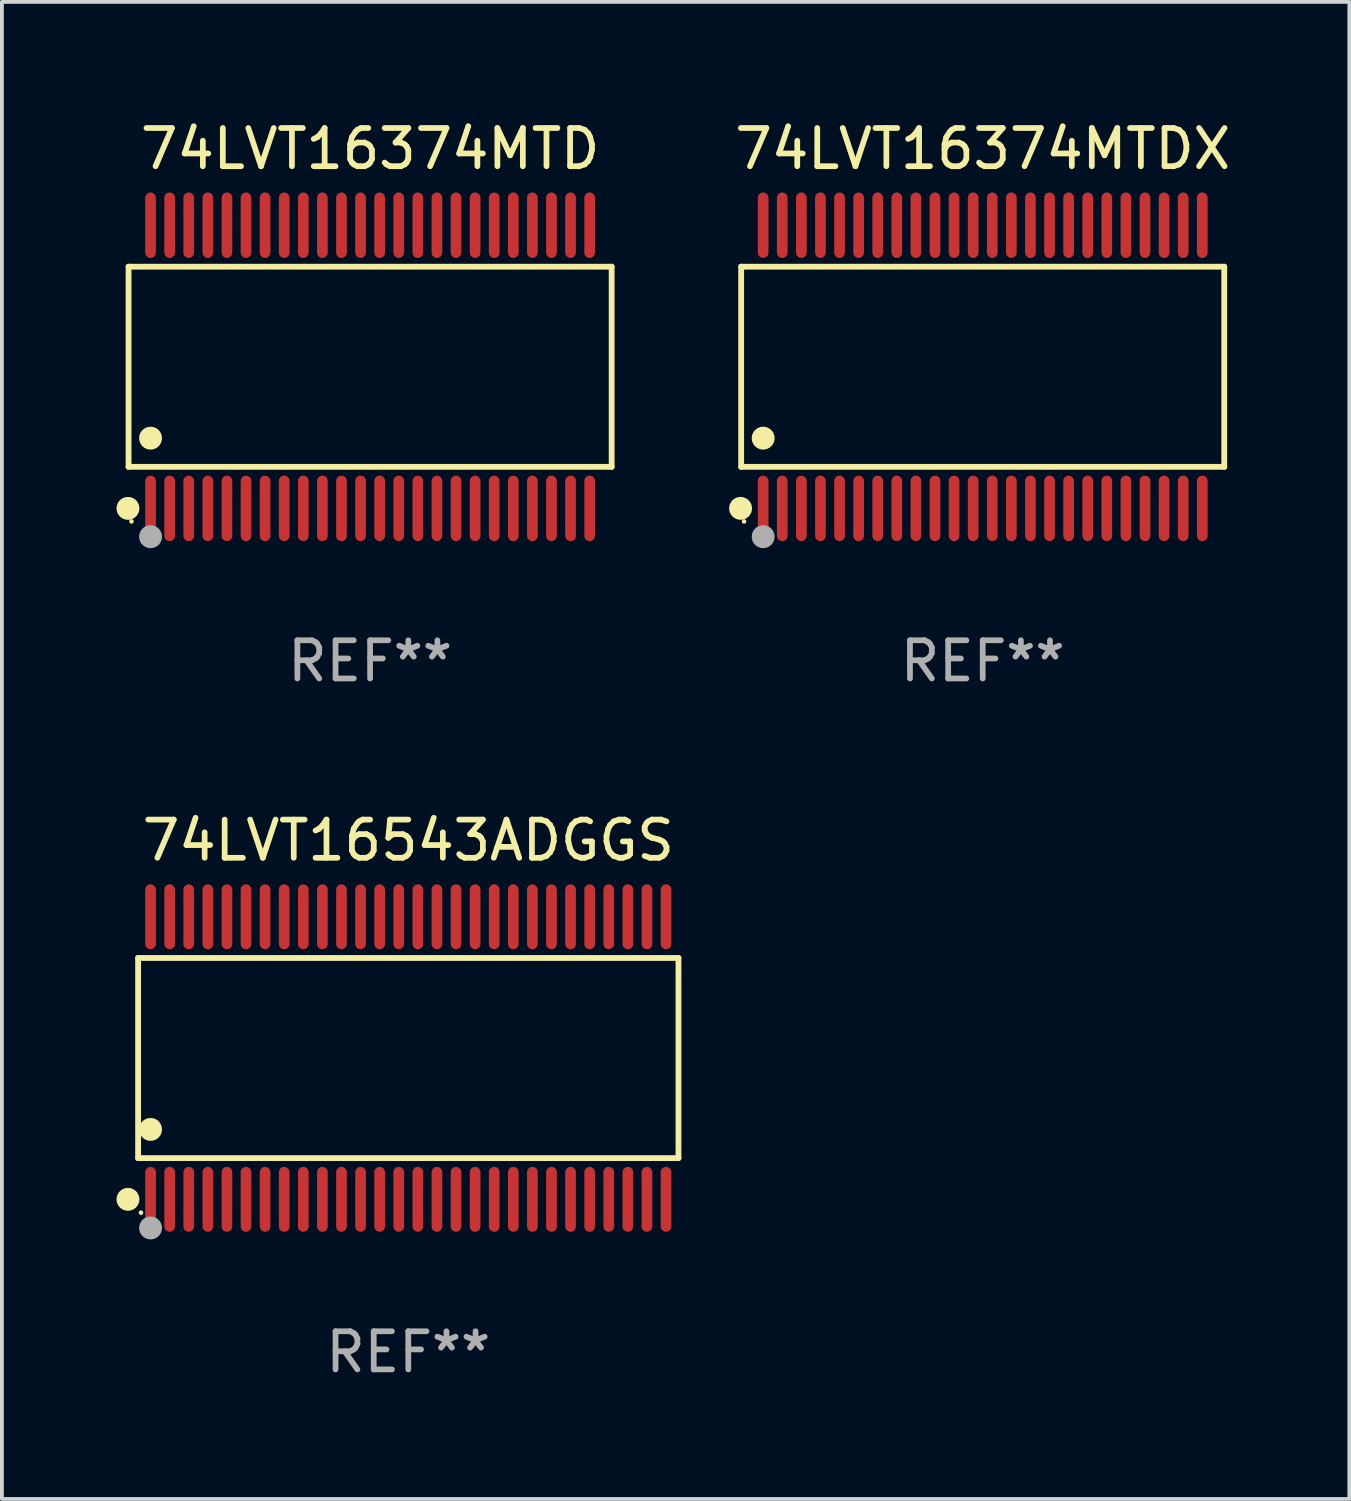
<source format=kicad_pcb>
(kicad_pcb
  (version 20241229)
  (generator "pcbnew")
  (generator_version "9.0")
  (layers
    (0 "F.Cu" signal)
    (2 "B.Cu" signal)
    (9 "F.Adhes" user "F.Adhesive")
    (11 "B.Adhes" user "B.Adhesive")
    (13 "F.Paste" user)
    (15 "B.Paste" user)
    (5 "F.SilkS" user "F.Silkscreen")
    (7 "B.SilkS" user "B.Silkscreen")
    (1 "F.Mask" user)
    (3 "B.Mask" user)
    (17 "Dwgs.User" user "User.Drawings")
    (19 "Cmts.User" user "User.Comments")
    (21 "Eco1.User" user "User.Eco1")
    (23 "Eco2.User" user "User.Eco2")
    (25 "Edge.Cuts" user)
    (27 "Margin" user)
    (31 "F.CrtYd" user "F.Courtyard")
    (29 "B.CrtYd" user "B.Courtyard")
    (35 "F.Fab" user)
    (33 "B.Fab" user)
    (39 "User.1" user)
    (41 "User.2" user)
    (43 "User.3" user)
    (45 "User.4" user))
  (footprint "74LVT16374MTDX"
    (layer "F.Cu")
    (at 22.687 6.556)
    (property "Reference" "74LVT16374MTDX" (at 0 -5.708 0) (layer "F.SilkS") (effects (font (size 1 1) (thickness 0.15))))
    (attr through_hole)
    (fp_line (start -6.326 -2.622) (end 6.326 -2.622) (stroke (width 0.152) (type solid)) (layer "F.SilkS"))
    (fp_line (start -6.326 2.621) (end -6.326 -2.622) (stroke (width 0.152) (type solid)) (layer "F.SilkS"))
    (fp_line (start 6.326 -2.622) (end 6.326 2.621) (stroke (width 0.152) (type solid)) (layer "F.SilkS"))
    (fp_line (start 6.326 2.621) (end -6.326 2.621) (stroke (width 0.152) (type solid)) (layer "F.SilkS"))
    (fp_circle (center -6.342 3.708) (end -6.192 3.708) (stroke (width 0.3) (type solid)) (fill no) (layer "F.SilkS"))
    (fp_circle (center -6.25 4.05) (end -6.22 4.05) (stroke (width 0.06) (type solid)) (fill no) (layer "F.SilkS"))
    (fp_circle (center -5.75 1.869) (end -5.6 1.869) (stroke (width 0.3) (type solid)) (fill no) (layer "F.SilkS"))
    (fp_circle (center -5.75 4.45) (end -5.6 4.45) (stroke (width 0.3) (type solid)) (fill no) (layer "F.Fab"))
    (fp_text user "REF**" (at 0 7.708 0) (layer "F.Fab") (effects (font (size 1 1) (thickness 0.15))))
    (pad "1" smd oval (at -5.75 3.708) (size 0.28 1.715) (layers "F.Cu" "F.Mask" "F.Paste"))
    (pad "2" smd oval (at -5.25 3.708) (size 0.28 1.715) (layers "F.Cu" "F.Mask" "F.Paste"))
    (pad "3" smd oval (at -4.75 3.708) (size 0.28 1.715) (layers "F.Cu" "F.Mask" "F.Paste"))
    (pad "4" smd oval (at -4.25 3.708) (size 0.28 1.715) (layers "F.Cu" "F.Mask" "F.Paste"))
    (pad "5" smd oval (at -3.75 3.708) (size 0.28 1.715) (layers "F.Cu" "F.Mask" "F.Paste"))
    (pad "6" smd oval (at -3.25 3.708) (size 0.28 1.715) (layers "F.Cu" "F.Mask" "F.Paste"))
    (pad "7" smd oval (at -2.75 3.708) (size 0.28 1.715) (layers "F.Cu" "F.Mask" "F.Paste"))
    (pad "8" smd oval (at -2.25 3.708) (size 0.28 1.715) (layers "F.Cu" "F.Mask" "F.Paste"))
    (pad "9" smd oval (at -1.75 3.708) (size 0.28 1.715) (layers "F.Cu" "F.Mask" "F.Paste"))
    (pad "10" smd oval (at -1.25 3.708) (size 0.28 1.715) (layers "F.Cu" "F.Mask" "F.Paste"))
    (pad "11" smd oval (at -0.75 3.708) (size 0.28 1.715) (layers "F.Cu" "F.Mask" "F.Paste"))
    (pad "12" smd oval (at -0.25 3.708) (size 0.28 1.715) (layers "F.Cu" "F.Mask" "F.Paste"))
    (pad "13" smd oval (at 0.25 3.708) (size 0.28 1.715) (layers "F.Cu" "F.Mask" "F.Paste"))
    (pad "14" smd oval (at 0.75 3.708) (size 0.28 1.715) (layers "F.Cu" "F.Mask" "F.Paste"))
    (pad "15" smd oval (at 1.25 3.708) (size 0.28 1.715) (layers "F.Cu" "F.Mask" "F.Paste"))
    (pad "16" smd oval (at 1.75 3.708) (size 0.28 1.715) (layers "F.Cu" "F.Mask" "F.Paste"))
    (pad "17" smd oval (at 2.25 3.708) (size 0.28 1.715) (layers "F.Cu" "F.Mask" "F.Paste"))
    (pad "18" smd oval (at 2.75 3.708) (size 0.28 1.715) (layers "F.Cu" "F.Mask" "F.Paste"))
    (pad "19" smd oval (at 3.25 3.708) (size 0.28 1.715) (layers "F.Cu" "F.Mask" "F.Paste"))
    (pad "20" smd oval (at 3.75 3.708) (size 0.28 1.715) (layers "F.Cu" "F.Mask" "F.Paste"))
    (pad "21" smd oval (at 4.25 3.708) (size 0.28 1.715) (layers "F.Cu" "F.Mask" "F.Paste"))
    (pad "22" smd oval (at 4.75 3.708) (size 0.28 1.715) (layers "F.Cu" "F.Mask" "F.Paste"))
    (pad "23" smd oval (at 5.25 3.708) (size 0.28 1.715) (layers "F.Cu" "F.Mask" "F.Paste"))
    (pad "24" smd oval (at 5.75 3.708) (size 0.28 1.715) (layers "F.Cu" "F.Mask" "F.Paste"))
    (pad "25" smd oval (at 5.75 -3.708) (size 0.28 1.715) (layers "F.Cu" "F.Mask" "F.Paste"))
    (pad "26" smd oval (at 5.25 -3.708) (size 0.28 1.715) (layers "F.Cu" "F.Mask" "F.Paste"))
    (pad "27" smd oval (at 4.75 -3.708) (size 0.28 1.715) (layers "F.Cu" "F.Mask" "F.Paste"))
    (pad "28" smd oval (at 4.25 -3.708) (size 0.28 1.715) (layers "F.Cu" "F.Mask" "F.Paste"))
    (pad "29" smd oval (at 3.75 -3.708) (size 0.28 1.715) (layers "F.Cu" "F.Mask" "F.Paste"))
    (pad "30" smd oval (at 3.25 -3.708) (size 0.28 1.715) (layers "F.Cu" "F.Mask" "F.Paste"))
    (pad "31" smd oval (at 2.75 -3.708) (size 0.28 1.715) (layers "F.Cu" "F.Mask" "F.Paste"))
    (pad "32" smd oval (at 2.25 -3.708) (size 0.28 1.715) (layers "F.Cu" "F.Mask" "F.Paste"))
    (pad "33" smd oval (at 1.75 -3.708) (size 0.28 1.715) (layers "F.Cu" "F.Mask" "F.Paste"))
    (pad "34" smd oval (at 1.25 -3.708) (size 0.28 1.715) (layers "F.Cu" "F.Mask" "F.Paste"))
    (pad "35" smd oval (at 0.75 -3.708) (size 0.28 1.715) (layers "F.Cu" "F.Mask" "F.Paste"))
    (pad "36" smd oval (at 0.25 -3.708) (size 0.28 1.715) (layers "F.Cu" "F.Mask" "F.Paste"))
    (pad "37" smd oval (at -0.25 -3.708) (size 0.28 1.715) (layers "F.Cu" "F.Mask" "F.Paste"))
    (pad "38" smd oval (at -0.75 -3.708) (size 0.28 1.715) (layers "F.Cu" "F.Mask" "F.Paste"))
    (pad "39" smd oval (at -1.25 -3.708) (size 0.28 1.715) (layers "F.Cu" "F.Mask" "F.Paste"))
    (pad "40" smd oval (at -1.75 -3.708) (size 0.28 1.715) (layers "F.Cu" "F.Mask" "F.Paste"))
    (pad "41" smd oval (at -2.25 -3.708) (size 0.28 1.715) (layers "F.Cu" "F.Mask" "F.Paste"))
    (pad "42" smd oval (at -2.75 -3.708) (size 0.28 1.715) (layers "F.Cu" "F.Mask" "F.Paste"))
    (pad "43" smd oval (at -3.25 -3.708) (size 0.28 1.715) (layers "F.Cu" "F.Mask" "F.Paste"))
    (pad "44" smd oval (at -3.75 -3.708) (size 0.28 1.715) (layers "F.Cu" "F.Mask" "F.Paste"))
    (pad "45" smd oval (at -4.25 -3.708) (size 0.28 1.715) (layers "F.Cu" "F.Mask" "F.Paste"))
    (pad "46" smd oval (at -4.75 -3.708) (size 0.28 1.715) (layers "F.Cu" "F.Mask" "F.Paste"))
    (pad "47" smd oval (at -5.25 -3.708) (size 0.28 1.715) (layers "F.Cu" "F.Mask" "F.Paste"))
    (pad "48" smd oval (at -5.75 -3.708) (size 0.28 1.715) (layers "F.Cu" "F.Mask" "F.Paste")))
  (footprint "74LVT16374MTD"
    (layer "F.Cu")
    (at 6.643 6.556)
    (property "Reference" "74LVT16374MTD" (at 0 -5.708 0) (layer "F.SilkS") (effects (font (size 1 1) (thickness 0.15))))
    (attr through_hole)
    (fp_line (start -6.326 -2.622) (end 6.326 -2.622) (stroke (width 0.152) (type solid)) (layer "F.SilkS"))
    (fp_line (start -6.326 2.621) (end -6.326 -2.622) (stroke (width 0.152) (type solid)) (layer "F.SilkS"))
    (fp_line (start 6.326 -2.622) (end 6.326 2.621) (stroke (width 0.152) (type solid)) (layer "F.SilkS"))
    (fp_line (start 6.326 2.621) (end -6.326 2.621) (stroke (width 0.152) (type solid)) (layer "F.SilkS"))
    (fp_circle (center -6.342 3.708) (end -6.192 3.708) (stroke (width 0.3) (type solid)) (fill no) (layer "F.SilkS"))
    (fp_circle (center -6.25 4.05) (end -6.22 4.05) (stroke (width 0.06) (type solid)) (fill no) (layer "F.SilkS"))
    (fp_circle (center -5.75 1.869) (end -5.6 1.869) (stroke (width 0.3) (type solid)) (fill no) (layer "F.SilkS"))
    (fp_circle (center -5.75 4.45) (end -5.6 4.45) (stroke (width 0.3) (type solid)) (fill no) (layer "F.Fab"))
    (fp_text user "REF**" (at 0 7.708 0) (layer "F.Fab") (effects (font (size 1 1) (thickness 0.15))))
    (pad "1" smd oval (at -5.75 3.708) (size 0.28 1.715) (layers "F.Cu" "F.Mask" "F.Paste"))
    (pad "2" smd oval (at -5.25 3.708) (size 0.28 1.715) (layers "F.Cu" "F.Mask" "F.Paste"))
    (pad "3" smd oval (at -4.75 3.708) (size 0.28 1.715) (layers "F.Cu" "F.Mask" "F.Paste"))
    (pad "4" smd oval (at -4.25 3.708) (size 0.28 1.715) (layers "F.Cu" "F.Mask" "F.Paste"))
    (pad "5" smd oval (at -3.75 3.708) (size 0.28 1.715) (layers "F.Cu" "F.Mask" "F.Paste"))
    (pad "6" smd oval (at -3.25 3.708) (size 0.28 1.715) (layers "F.Cu" "F.Mask" "F.Paste"))
    (pad "7" smd oval (at -2.75 3.708) (size 0.28 1.715) (layers "F.Cu" "F.Mask" "F.Paste"))
    (pad "8" smd oval (at -2.25 3.708) (size 0.28 1.715) (layers "F.Cu" "F.Mask" "F.Paste"))
    (pad "9" smd oval (at -1.75 3.708) (size 0.28 1.715) (layers "F.Cu" "F.Mask" "F.Paste"))
    (pad "10" smd oval (at -1.25 3.708) (size 0.28 1.715) (layers "F.Cu" "F.Mask" "F.Paste"))
    (pad "11" smd oval (at -0.75 3.708) (size 0.28 1.715) (layers "F.Cu" "F.Mask" "F.Paste"))
    (pad "12" smd oval (at -0.25 3.708) (size 0.28 1.715) (layers "F.Cu" "F.Mask" "F.Paste"))
    (pad "13" smd oval (at 0.25 3.708) (size 0.28 1.715) (layers "F.Cu" "F.Mask" "F.Paste"))
    (pad "14" smd oval (at 0.75 3.708) (size 0.28 1.715) (layers "F.Cu" "F.Mask" "F.Paste"))
    (pad "15" smd oval (at 1.25 3.708) (size 0.28 1.715) (layers "F.Cu" "F.Mask" "F.Paste"))
    (pad "16" smd oval (at 1.75 3.708) (size 0.28 1.715) (layers "F.Cu" "F.Mask" "F.Paste"))
    (pad "17" smd oval (at 2.25 3.708) (size 0.28 1.715) (layers "F.Cu" "F.Mask" "F.Paste"))
    (pad "18" smd oval (at 2.75 3.708) (size 0.28 1.715) (layers "F.Cu" "F.Mask" "F.Paste"))
    (pad "19" smd oval (at 3.25 3.708) (size 0.28 1.715) (layers "F.Cu" "F.Mask" "F.Paste"))
    (pad "20" smd oval (at 3.75 3.708) (size 0.28 1.715) (layers "F.Cu" "F.Mask" "F.Paste"))
    (pad "21" smd oval (at 4.25 3.708) (size 0.28 1.715) (layers "F.Cu" "F.Mask" "F.Paste"))
    (pad "22" smd oval (at 4.75 3.708) (size 0.28 1.715) (layers "F.Cu" "F.Mask" "F.Paste"))
    (pad "23" smd oval (at 5.25 3.708) (size 0.28 1.715) (layers "F.Cu" "F.Mask" "F.Paste"))
    (pad "24" smd oval (at 5.75 3.708) (size 0.28 1.715) (layers "F.Cu" "F.Mask" "F.Paste"))
    (pad "25" smd oval (at 5.75 -3.708) (size 0.28 1.715) (layers "F.Cu" "F.Mask" "F.Paste"))
    (pad "26" smd oval (at 5.25 -3.708) (size 0.28 1.715) (layers "F.Cu" "F.Mask" "F.Paste"))
    (pad "27" smd oval (at 4.75 -3.708) (size 0.28 1.715) (layers "F.Cu" "F.Mask" "F.Paste"))
    (pad "28" smd oval (at 4.25 -3.708) (size 0.28 1.715) (layers "F.Cu" "F.Mask" "F.Paste"))
    (pad "29" smd oval (at 3.75 -3.708) (size 0.28 1.715) (layers "F.Cu" "F.Mask" "F.Paste"))
    (pad "30" smd oval (at 3.25 -3.708) (size 0.28 1.715) (layers "F.Cu" "F.Mask" "F.Paste"))
    (pad "31" smd oval (at 2.75 -3.708) (size 0.28 1.715) (layers "F.Cu" "F.Mask" "F.Paste"))
    (pad "32" smd oval (at 2.25 -3.708) (size 0.28 1.715) (layers "F.Cu" "F.Mask" "F.Paste"))
    (pad "33" smd oval (at 1.75 -3.708) (size 0.28 1.715) (layers "F.Cu" "F.Mask" "F.Paste"))
    (pad "34" smd oval (at 1.25 -3.708) (size 0.28 1.715) (layers "F.Cu" "F.Mask" "F.Paste"))
    (pad "35" smd oval (at 0.75 -3.708) (size 0.28 1.715) (layers "F.Cu" "F.Mask" "F.Paste"))
    (pad "36" smd oval (at 0.25 -3.708) (size 0.28 1.715) (layers "F.Cu" "F.Mask" "F.Paste"))
    (pad "37" smd oval (at -0.25 -3.708) (size 0.28 1.715) (layers "F.Cu" "F.Mask" "F.Paste"))
    (pad "38" smd oval (at -0.75 -3.708) (size 0.28 1.715) (layers "F.Cu" "F.Mask" "F.Paste"))
    (pad "39" smd oval (at -1.25 -3.708) (size 0.28 1.715) (layers "F.Cu" "F.Mask" "F.Paste"))
    (pad "40" smd oval (at -1.75 -3.708) (size 0.28 1.715) (layers "F.Cu" "F.Mask" "F.Paste"))
    (pad "41" smd oval (at -2.25 -3.708) (size 0.28 1.715) (layers "F.Cu" "F.Mask" "F.Paste"))
    (pad "42" smd oval (at -2.75 -3.708) (size 0.28 1.715) (layers "F.Cu" "F.Mask" "F.Paste"))
    (pad "43" smd oval (at -3.25 -3.708) (size 0.28 1.715) (layers "F.Cu" "F.Mask" "F.Paste"))
    (pad "44" smd oval (at -3.75 -3.708) (size 0.28 1.715) (layers "F.Cu" "F.Mask" "F.Paste"))
    (pad "45" smd oval (at -4.25 -3.708) (size 0.28 1.715) (layers "F.Cu" "F.Mask" "F.Paste"))
    (pad "46" smd oval (at -4.75 -3.708) (size 0.28 1.715) (layers "F.Cu" "F.Mask" "F.Paste"))
    (pad "47" smd oval (at -5.25 -3.708) (size 0.28 1.715) (layers "F.Cu" "F.Mask" "F.Paste"))
    (pad "48" smd oval (at -5.75 -3.708) (size 0.28 1.715) (layers "F.Cu" "F.Mask" "F.Paste")))
  (footprint "74LVT16543ADGGS"
    (layer "F.Cu")
    (at 7.643 24.66)
    (property "Reference" "74LVT16543ADGGS" (at 0 -5.7 0) (layer "F.SilkS") (effects (font (size 1 1) (thickness 0.15))))
    (attr through_hole)
    (fp_line (start -7.076 -2.621) (end 7.076 -2.621) (stroke (width 0.152) (type solid)) (layer "F.SilkS"))
    (fp_line (start -7.076 2.621) (end -7.076 -2.621) (stroke (width 0.152) (type solid)) (layer "F.SilkS"))
    (fp_line (start 7.076 -2.621) (end 7.076 2.621) (stroke (width 0.152) (type solid)) (layer "F.SilkS"))
    (fp_line (start 7.076 2.621) (end -7.076 2.621) (stroke (width 0.152) (type solid)) (layer "F.SilkS"))
    (fp_circle (center -7.342 3.7) (end -7.192 3.7) (stroke (width 0.3) (type solid)) (fill no) (layer "F.SilkS"))
    (fp_circle (center -7 4.05) (end -6.97 4.05) (stroke (width 0.06) (type solid)) (fill no) (layer "F.SilkS"))
    (fp_circle (center -6.75 1.869) (end -6.6 1.869) (stroke (width 0.3) (type solid)) (fill no) (layer "F.SilkS"))
    (fp_circle (center -6.75 4.45) (end -6.6 4.45) (stroke (width 0.3) (type solid)) (fill no) (layer "F.Fab"))
    (fp_text user "REF**" (at 0 7.7 0) (layer "F.Fab") (effects (font (size 1 1) (thickness 0.15))))
    (pad "1" smd oval (at -6.75 3.7) (size 0.28 1.7) (layers "F.Cu" "F.Mask" "F.Paste"))
    (pad "2" smd oval (at -6.25 3.7) (size 0.28 1.7) (layers "F.Cu" "F.Mask" "F.Paste"))
    (pad "3" smd oval (at -5.75 3.7) (size 0.28 1.7) (layers "F.Cu" "F.Mask" "F.Paste"))
    (pad "4" smd oval (at -5.25 3.7) (size 0.28 1.7) (layers "F.Cu" "F.Mask" "F.Paste"))
    (pad "5" smd oval (at -4.75 3.7) (size 0.28 1.7) (layers "F.Cu" "F.Mask" "F.Paste"))
    (pad "6" smd oval (at -4.25 3.7) (size 0.28 1.7) (layers "F.Cu" "F.Mask" "F.Paste"))
    (pad "7" smd oval (at -3.75 3.7) (size 0.28 1.7) (layers "F.Cu" "F.Mask" "F.Paste"))
    (pad "8" smd oval (at -3.25 3.7) (size 0.28 1.7) (layers "F.Cu" "F.Mask" "F.Paste"))
    (pad "9" smd oval (at -2.75 3.7) (size 0.28 1.7) (layers "F.Cu" "F.Mask" "F.Paste"))
    (pad "10" smd oval (at -2.25 3.7) (size 0.28 1.7) (layers "F.Cu" "F.Mask" "F.Paste"))
    (pad "11" smd oval (at -1.75 3.7) (size 0.28 1.7) (layers "F.Cu" "F.Mask" "F.Paste"))
    (pad "12" smd oval (at -1.25 3.7) (size 0.28 1.7) (layers "F.Cu" "F.Mask" "F.Paste"))
    (pad "13" smd oval (at -0.75 3.7) (size 0.28 1.7) (layers "F.Cu" "F.Mask" "F.Paste"))
    (pad "14" smd oval (at -0.25 3.7) (size 0.28 1.7) (layers "F.Cu" "F.Mask" "F.Paste"))
    (pad "15" smd oval (at 0.25 3.7) (size 0.28 1.7) (layers "F.Cu" "F.Mask" "F.Paste"))
    (pad "16" smd oval (at 0.75 3.7) (size 0.28 1.7) (layers "F.Cu" "F.Mask" "F.Paste"))
    (pad "17" smd oval (at 1.25 3.7) (size 0.28 1.7) (layers "F.Cu" "F.Mask" "F.Paste"))
    (pad "18" smd oval (at 1.75 3.7) (size 0.28 1.7) (layers "F.Cu" "F.Mask" "F.Paste"))
    (pad "19" smd oval (at 2.25 3.7) (size 0.28 1.7) (layers "F.Cu" "F.Mask" "F.Paste"))
    (pad "20" smd oval (at 2.75 3.7) (size 0.28 1.7) (layers "F.Cu" "F.Mask" "F.Paste"))
    (pad "21" smd oval (at 3.25 3.7) (size 0.28 1.7) (layers "F.Cu" "F.Mask" "F.Paste"))
    (pad "22" smd oval (at 3.75 3.7) (size 0.28 1.7) (layers "F.Cu" "F.Mask" "F.Paste"))
    (pad "23" smd oval (at 4.25 3.7) (size 0.28 1.7) (layers "F.Cu" "F.Mask" "F.Paste"))
    (pad "24" smd oval (at 4.75 3.7) (size 0.28 1.7) (layers "F.Cu" "F.Mask" "F.Paste"))
    (pad "25" smd oval (at 5.25 3.7) (size 0.28 1.7) (layers "F.Cu" "F.Mask" "F.Paste"))
    (pad "26" smd oval (at 5.75 3.7) (size 0.28 1.7) (layers "F.Cu" "F.Mask" "F.Paste"))
    (pad "27" smd oval (at 6.25 3.7) (size 0.28 1.7) (layers "F.Cu" "F.Mask" "F.Paste"))
    (pad "28" smd oval (at 6.75 3.7) (size 0.28 1.7) (layers "F.Cu" "F.Mask" "F.Paste"))
    (pad "29" smd oval (at 6.75 -3.7) (size 0.28 1.7) (layers "F.Cu" "F.Mask" "F.Paste"))
    (pad "30" smd oval (at 6.25 -3.7) (size 0.28 1.7) (layers "F.Cu" "F.Mask" "F.Paste"))
    (pad "31" smd oval (at 5.75 -3.7) (size 0.28 1.7) (layers "F.Cu" "F.Mask" "F.Paste"))
    (pad "32" smd oval (at 5.25 -3.7) (size 0.28 1.7) (layers "F.Cu" "F.Mask" "F.Paste"))
    (pad "33" smd oval (at 4.75 -3.7) (size 0.28 1.7) (layers "F.Cu" "F.Mask" "F.Paste"))
    (pad "34" smd oval (at 4.25 -3.7) (size 0.28 1.7) (layers "F.Cu" "F.Mask" "F.Paste"))
    (pad "35" smd oval (at 3.75 -3.7) (size 0.28 1.7) (layers "F.Cu" "F.Mask" "F.Paste"))
    (pad "36" smd oval (at 3.25 -3.7) (size 0.28 1.7) (layers "F.Cu" "F.Mask" "F.Paste"))
    (pad "37" smd oval (at 2.75 -3.7) (size 0.28 1.7) (layers "F.Cu" "F.Mask" "F.Paste"))
    (pad "38" smd oval (at 2.25 -3.7) (size 0.28 1.7) (layers "F.Cu" "F.Mask" "F.Paste"))
    (pad "39" smd oval (at 1.75 -3.7) (size 0.28 1.7) (layers "F.Cu" "F.Mask" "F.Paste"))
    (pad "40" smd oval (at 1.25 -3.7) (size 0.28 1.7) (layers "F.Cu" "F.Mask" "F.Paste"))
    (pad "41" smd oval (at 0.75 -3.7) (size 0.28 1.7) (layers "F.Cu" "F.Mask" "F.Paste"))
    (pad "42" smd oval (at 0.25 -3.7) (size 0.28 1.7) (layers "F.Cu" "F.Mask" "F.Paste"))
    (pad "43" smd oval (at -0.25 -3.7) (size 0.28 1.7) (layers "F.Cu" "F.Mask" "F.Paste"))
    (pad "44" smd oval (at -0.75 -3.7) (size 0.28 1.7) (layers "F.Cu" "F.Mask" "F.Paste"))
    (pad "45" smd oval (at -1.25 -3.7) (size 0.28 1.7) (layers "F.Cu" "F.Mask" "F.Paste"))
    (pad "46" smd oval (at -1.75 -3.7) (size 0.28 1.7) (layers "F.Cu" "F.Mask" "F.Paste"))
    (pad "47" smd oval (at -2.25 -3.7) (size 0.28 1.7) (layers "F.Cu" "F.Mask" "F.Paste"))
    (pad "48" smd oval (at -2.75 -3.7) (size 0.28 1.7) (layers "F.Cu" "F.Mask" "F.Paste"))
    (pad "49" smd oval (at -3.25 -3.7) (size 0.28 1.7) (layers "F.Cu" "F.Mask" "F.Paste"))
    (pad "50" smd oval (at -3.75 -3.7) (size 0.28 1.7) (layers "F.Cu" "F.Mask" "F.Paste"))
    (pad "51" smd oval (at -4.25 -3.7) (size 0.28 1.7) (layers "F.Cu" "F.Mask" "F.Paste"))
    (pad "52" smd oval (at -4.75 -3.7) (size 0.28 1.7) (layers "F.Cu" "F.Mask" "F.Paste"))
    (pad "53" smd oval (at -5.25 -3.7) (size 0.28 1.7) (layers "F.Cu" "F.Mask" "F.Paste"))
    (pad "54" smd oval (at -5.75 -3.7) (size 0.28 1.7) (layers "F.Cu" "F.Mask" "F.Paste"))
    (pad "55" smd oval (at -6.25 -3.7) (size 0.28 1.7) (layers "F.Cu" "F.Mask" "F.Paste"))
    (pad "56" smd oval (at -6.75 -3.7) (size 0.28 1.7) (layers "F.Cu" "F.Mask" "F.Paste")))
  (gr_rect
    (start -3 -3)
    (end 32.289 36.208)
    (stroke (width 0.1) (type default))
    (fill no)
    (layer "Edge.Cuts")))
</source>
